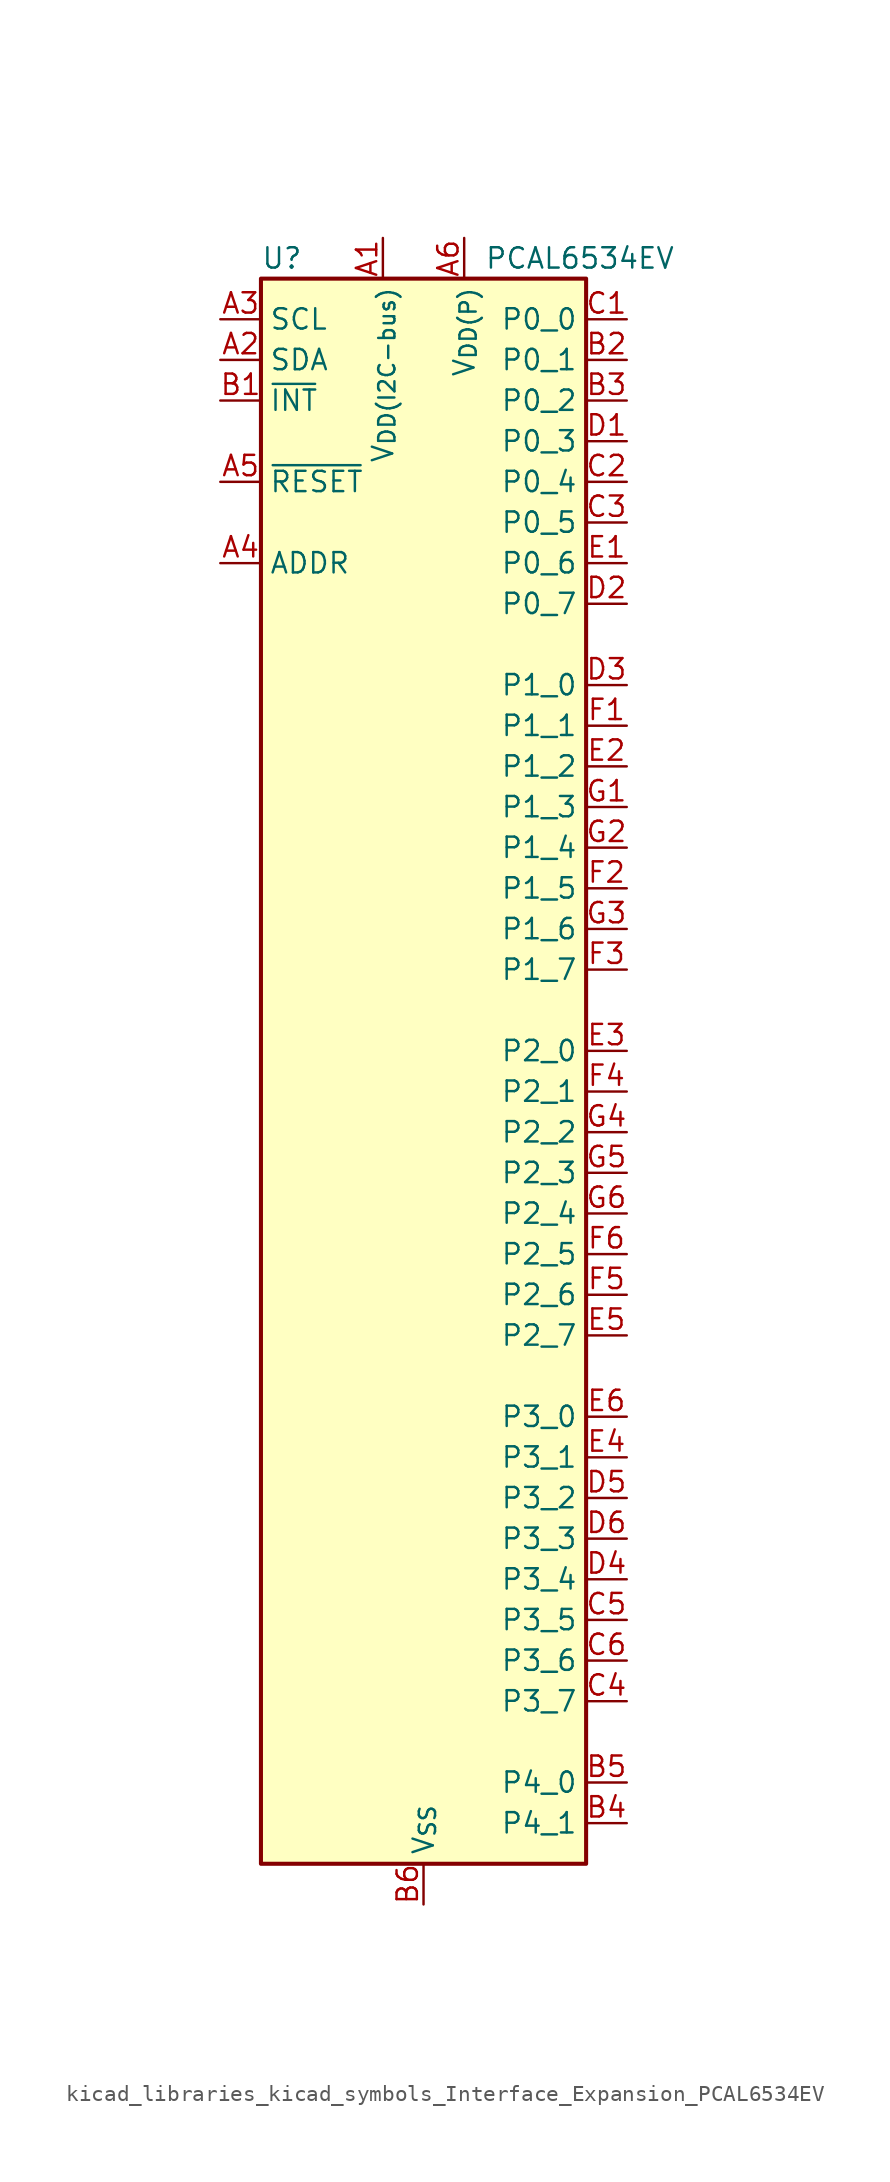
<source format=kicad_sym>
(kicad_symbol_lib
  (version 20220914)
  (generator kicad_symbol_editor)
  (symbol "kicad_libraries_kicad_symbols_Interface_Expansion_PCAL6534EV"
    (property "Reference" "U"
      (at -10.16 49.53 0)
      (effects (font (size 1.27 1.27)) (justify left)))
    (property "Value" "PCAL6534EV"
      (at 3.81 49.53 0)
      (effects (font (size 1.27 1.27)) (justify left)))
    (symbol "kicad_libraries_kicad_symbols_Interface_Expansion_PCAL6534EV_0_1"
      (rectangle (start -10.16 48.26) (end 10.16 -50.8) (stroke (width 0.254) (type default)) (fill (type background))))
    (symbol "kicad_libraries_kicad_symbols_Interface_Expansion_PCAL6534EV_1_1"
      (pin power_in line (at -2.54 50.8 270) (length 2.54) (name "V_{DD(I2C-bus)}" (effects (font (size 1.27 1.27)))) (number "A1" (effects (font (size 1.27 1.27)))))
      (pin bidirectional line (at -12.7 43.18 0) (length 2.54) (name "SDA" (effects (font (size 1.27 1.27)))) (number "A2" (effects (font (size 1.27 1.27)))))
      (pin input line (at -12.7 45.72 0) (length 2.54) (name "SCL" (effects (font (size 1.27 1.27)))) (number "A3" (effects (font (size 1.27 1.27)))))
      (pin input line (at -12.7 30.48 0) (length 2.54) (name "ADDR" (effects (font (size 1.27 1.27)))) (number "A4" (effects (font (size 1.27 1.27)))))
      (pin input line (at -12.7 35.56 0) (length 2.54) (name "~{RESET}" (effects (font (size 1.27 1.27)))) (number "A5" (effects (font (size 1.27 1.27)))))
      (pin power_in line (at 2.54 50.8 270) (length 2.54) (name "V_{DD(P)}" (effects (font (size 1.27 1.27)))) (number "A6" (effects (font (size 1.27 1.27)))))
      (pin open_collector line (at -12.7 40.64 0) (length 2.54) (name "~{INT}" (effects (font (size 1.27 1.27)))) (number "B1" (effects (font (size 1.27 1.27)))))
      (pin bidirectional line (at 12.7 43.18 180) (length 2.54) (name "P0_1" (effects (font (size 1.27 1.27)))) (number "B2" (effects (font (size 1.27 1.27)))))
      (pin bidirectional line (at 12.7 40.64 180) (length 2.54) (name "P0_2" (effects (font (size 1.27 1.27)))) (number "B3" (effects (font (size 1.27 1.27)))))
      (pin bidirectional line (at 12.7 -48.26 180) (length 2.54) (name "P4_1" (effects (font (size 1.27 1.27)))) (number "B4" (effects (font (size 1.27 1.27)))))
      (pin bidirectional line (at 12.7 -45.72 180) (length 2.54) (name "P4_0" (effects (font (size 1.27 1.27)))) (number "B5" (effects (font (size 1.27 1.27)))))
      (pin power_in line (at 0 -53.34 90) (length 2.54) (name "V_{SS}" (effects (font (size 1.27 1.27)))) (number "B6" (effects (font (size 1.27 1.27)))))
      (pin bidirectional line (at 12.7 45.72 180) (length 2.54) (name "P0_0" (effects (font (size 1.27 1.27)))) (number "C1" (effects (font (size 1.27 1.27)))))
      (pin bidirectional line (at 12.7 35.56 180) (length 2.54) (name "P0_4" (effects (font (size 1.27 1.27)))) (number "C2" (effects (font (size 1.27 1.27)))))
      (pin bidirectional line (at 12.7 33.02 180) (length 2.54) (name "P0_5" (effects (font (size 1.27 1.27)))) (number "C3" (effects (font (size 1.27 1.27)))))
      (pin bidirectional line (at 12.7 -40.64 180) (length 2.54) (name "P3_7" (effects (font (size 1.27 1.27)))) (number "C4" (effects (font (size 1.27 1.27)))))
      (pin bidirectional line (at 12.7 -35.56 180) (length 2.54) (name "P3_5" (effects (font (size 1.27 1.27)))) (number "C5" (effects (font (size 1.27 1.27)))))
      (pin bidirectional line (at 12.7 -38.1 180) (length 2.54) (name "P3_6" (effects (font (size 1.27 1.27)))) (number "C6" (effects (font (size 1.27 1.27)))))
      (pin bidirectional line (at 12.7 38.1 180) (length 2.54) (name "P0_3" (effects (font (size 1.27 1.27)))) (number "D1" (effects (font (size 1.27 1.27)))))
      (pin bidirectional line (at 12.7 27.94 180) (length 2.54) (name "P0_7" (effects (font (size 1.27 1.27)))) (number "D2" (effects (font (size 1.27 1.27)))))
      (pin bidirectional line (at 12.7 22.86 180) (length 2.54) (name "P1_0" (effects (font (size 1.27 1.27)))) (number "D3" (effects (font (size 1.27 1.27)))))
      (pin bidirectional line (at 12.7 -33.02 180) (length 2.54) (name "P3_4" (effects (font (size 1.27 1.27)))) (number "D4" (effects (font (size 1.27 1.27)))))
      (pin bidirectional line (at 12.7 -27.94 180) (length 2.54) (name "P3_2" (effects (font (size 1.27 1.27)))) (number "D5" (effects (font (size 1.27 1.27)))))
      (pin bidirectional line (at 12.7 -30.48 180) (length 2.54) (name "P3_3" (effects (font (size 1.27 1.27)))) (number "D6" (effects (font (size 1.27 1.27)))))
      (pin bidirectional line (at 12.7 30.48 180) (length 2.54) (name "P0_6" (effects (font (size 1.27 1.27)))) (number "E1" (effects (font (size 1.27 1.27)))))
      (pin bidirectional line (at 12.7 17.78 180) (length 2.54) (name "P1_2" (effects (font (size 1.27 1.27)))) (number "E2" (effects (font (size 1.27 1.27)))))
      (pin bidirectional line (at 12.7 0 180) (length 2.54) (name "P2_0" (effects (font (size 1.27 1.27)))) (number "E3" (effects (font (size 1.27 1.27)))))
      (pin bidirectional line (at 12.7 -25.4 180) (length 2.54) (name "P3_1" (effects (font (size 1.27 1.27)))) (number "E4" (effects (font (size 1.27 1.27)))))
      (pin bidirectional line (at 12.7 -17.78 180) (length 2.54) (name "P2_7" (effects (font (size 1.27 1.27)))) (number "E5" (effects (font (size 1.27 1.27)))))
      (pin bidirectional line (at 12.7 -22.86 180) (length 2.54) (name "P3_0" (effects (font (size 1.27 1.27)))) (number "E6" (effects (font (size 1.27 1.27)))))
      (pin bidirectional line (at 12.7 20.32 180) (length 2.54) (name "P1_1" (effects (font (size 1.27 1.27)))) (number "F1" (effects (font (size 1.27 1.27)))))
      (pin bidirectional line (at 12.7 10.16 180) (length 2.54) (name "P1_5" (effects (font (size 1.27 1.27)))) (number "F2" (effects (font (size 1.27 1.27)))))
      (pin bidirectional line (at 12.7 5.08 180) (length 2.54) (name "P1_7" (effects (font (size 1.27 1.27)))) (number "F3" (effects (font (size 1.27 1.27)))))
      (pin bidirectional line (at 12.7 -2.54 180) (length 2.54) (name "P2_1" (effects (font (size 1.27 1.27)))) (number "F4" (effects (font (size 1.27 1.27)))))
      (pin bidirectional line (at 12.7 -15.24 180) (length 2.54) (name "P2_6" (effects (font (size 1.27 1.27)))) (number "F5" (effects (font (size 1.27 1.27)))))
      (pin bidirectional line (at 12.7 -12.7 180) (length 2.54) (name "P2_5" (effects (font (size 1.27 1.27)))) (number "F6" (effects (font (size 1.27 1.27)))))
      (pin bidirectional line (at 12.7 15.24 180) (length 2.54) (name "P1_3" (effects (font (size 1.27 1.27)))) (number "G1" (effects (font (size 1.27 1.27)))))
      (pin bidirectional line (at 12.7 12.7 180) (length 2.54) (name "P1_4" (effects (font (size 1.27 1.27)))) (number "G2" (effects (font (size 1.27 1.27)))))
      (pin bidirectional line (at 12.7 7.62 180) (length 2.54) (name "P1_6" (effects (font (size 1.27 1.27)))) (number "G3" (effects (font (size 1.27 1.27)))))
      (pin bidirectional line (at 12.7 -5.08 180) (length 2.54) (name "P2_2" (effects (font (size 1.27 1.27)))) (number "G4" (effects (font (size 1.27 1.27)))))
      (pin bidirectional line (at 12.7 -7.62 180) (length 2.54) (name "P2_3" (effects (font (size 1.27 1.27)))) (number "G5" (effects (font (size 1.27 1.27)))))
      (pin bidirectional line (at 12.7 -10.16 180) (length 2.54) (name "P2_4" (effects (font (size 1.27 1.27)))) (number "G6" (effects (font (size 1.27 1.27))))))))
</source>
